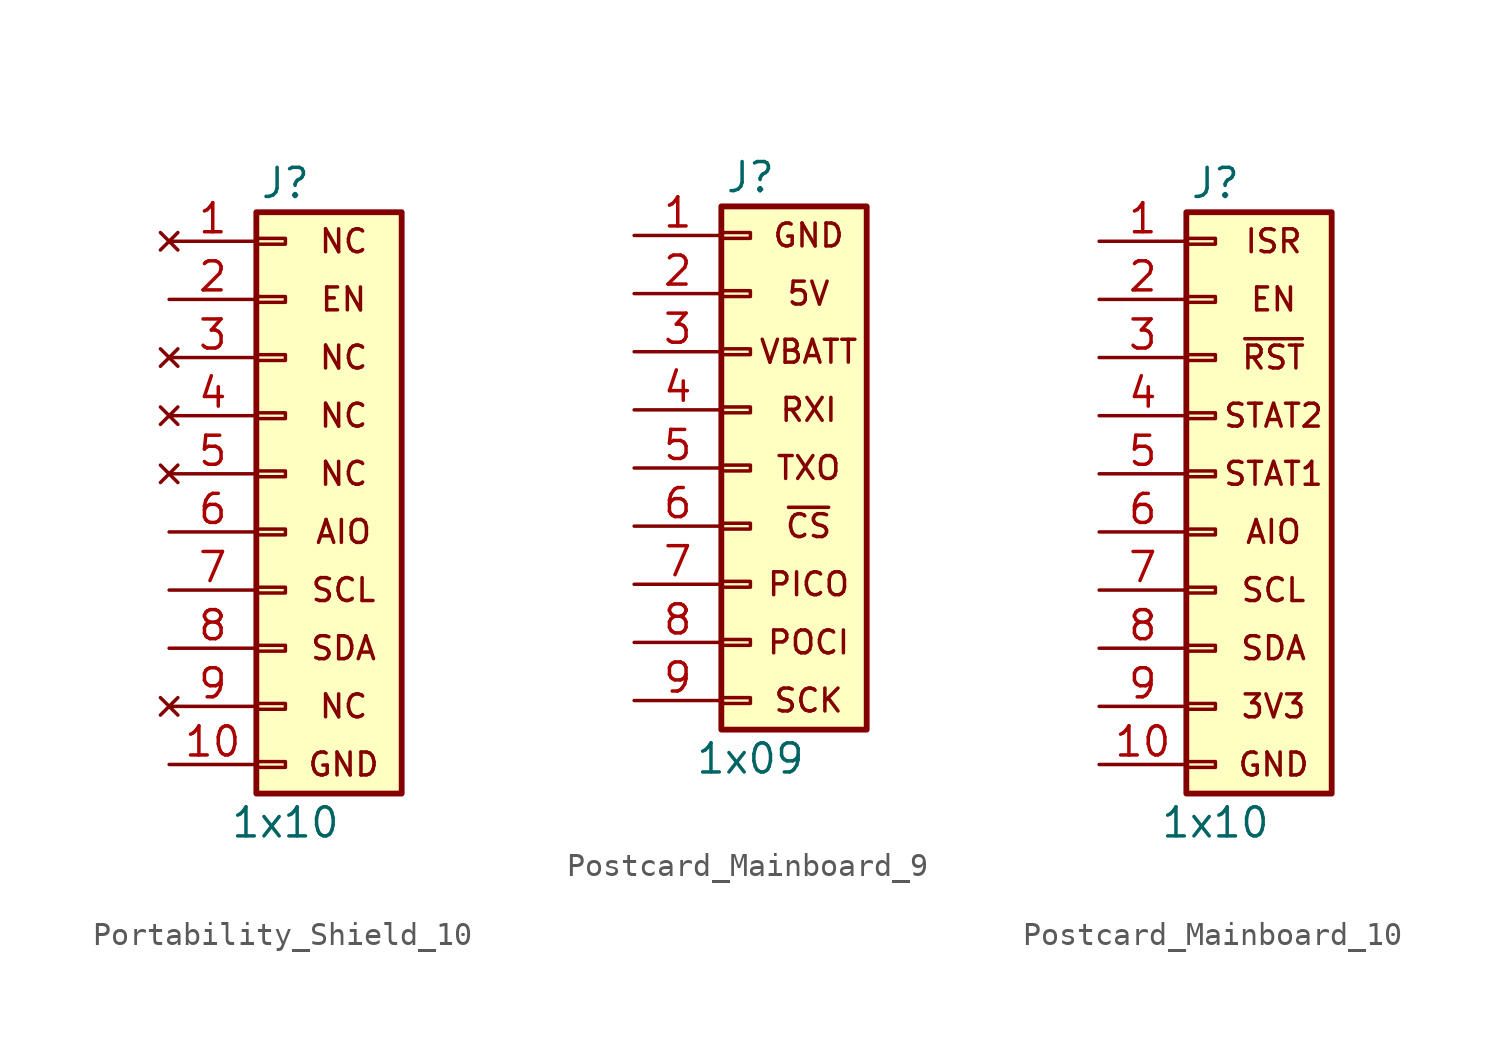
<source format=kicad_sym>
(kicad_symbol_lib
  (version 20231120)
  (generator "kicad_symbol_editor")
  (generator_version "8.0")
  (symbol "Portability_Shield_10"
    (pin_names
      (offset 1.016) hide)
    (property "Reference" "J"
      (at 0 12.7 0)
      (effects (font (size 1.27 1.27))))
    (property "Value" "1x10"
      (at 0 -15.24 0)
      (effects (font (size 1.27 1.27))))
    (symbol "Portability_Shield_10_1_1"
      (rectangle (start -1.27 -12.573) (end 0 -12.827) (stroke (width 0.152) (type default)) (fill (type none)))
      (rectangle (start -1.27 -10.033) (end 0 -10.287) (stroke (width 0.152) (type default)) (fill (type none)))
      (rectangle (start -1.27 -7.493) (end 0 -7.747) (stroke (width 0.152) (type default)) (fill (type none)))
      (rectangle (start -1.27 -4.953) (end 0 -5.207) (stroke (width 0.152) (type default)) (fill (type none)))
      (rectangle (start -1.27 -2.413) (end 0 -2.667) (stroke (width 0.152) (type default)) (fill (type none)))
      (rectangle (start -1.27 0.127) (end 0 -0.127) (stroke (width 0.152) (type default)) (fill (type none)))
      (rectangle (start -1.27 2.667) (end 0 2.413) (stroke (width 0.152) (type default)) (fill (type none)))
      (rectangle (start -1.27 5.207) (end 0 4.953) (stroke (width 0.152) (type default)) (fill (type none)))
      (rectangle (start -1.27 7.747) (end 0 7.493) (stroke (width 0.152) (type default)) (fill (type none)))
      (rectangle (start -1.27 10.287) (end 0 10.033) (stroke (width 0.152) (type default)) (fill (type none)))
      (rectangle (start -1.27 11.43) (end 5.08 -13.97) (stroke (width 0.254) (type default)) (fill (type background)))
      (text "AIO" (at 2.54 -2.54 0) (effects (font (size 1 1))))
      (text "EN" (at 2.54 7.62 0) (effects (font (size 1 1))))
      (text "GND" (at 2.54 -12.7 0) (effects (font (size 1 1))))
      (text "NC" (at 2.54 -10.16 0) (effects (font (size 1 1))))
      (text "NC" (at 2.54 0 0) (effects (font (size 1 1))))
      (text "NC" (at 2.54 2.54 0) (effects (font (size 1 1))))
      (text "NC" (at 2.54 5.08 0) (effects (font (size 1 1))))
      (text "NC" (at 2.54 10.16 0) (effects (font (size 1 1))))
      (text "SCL" (at 2.54 -5.08 0) (effects (font (size 1 1))))
      (text "SDA" (at 2.54 -7.62 0) (effects (font (size 1 1))))
      (pin no_connect line (at -5.08 10.16 0) (length 3.81) (name "Pin_1" (effects (font (size 1.27 1.27)))) (number "1" (effects (font (size 1.27 1.27)))))
      (pin power_in line (at -5.08 -12.7 0) (length 3.81) (name "Pin_10" (effects (font (size 1.27 1.27)))) (number "10" (effects (font (size 1.27 1.27)))))
      (pin input line (at -5.08 7.62 0) (length 3.81) (name "Pin_2" (effects (font (size 1.27 1.27)))) (number "2" (effects (font (size 1.27 1.27)))))
      (pin no_connect line (at -5.08 5.08 0) (length 3.81) (name "Pin_3" (effects (font (size 1.27 1.27)))) (number "3" (effects (font (size 1.27 1.27)))))
      (pin no_connect line (at -5.08 2.54 0) (length 3.81) (name "Pin_4" (effects (font (size 1.27 1.27)))) (number "4" (effects (font (size 1.27 1.27)))))
      (pin no_connect line (at -5.08 0 0) (length 3.81) (name "Pin_5" (effects (font (size 1.27 1.27)))) (number "5" (effects (font (size 1.27 1.27)))))
      (pin bidirectional line (at -5.08 -2.54 0) (length 3.81) (name "Pin_6" (effects (font (size 1.27 1.27)))) (number "6" (effects (font (size 1.27 1.27)))))
      (pin bidirectional line (at -5.08 -5.08 0) (length 3.81) (name "Pin_7" (effects (font (size 1.27 1.27)))) (number "7" (effects (font (size 1.27 1.27)))))
      (pin bidirectional line (at -5.08 -7.62 0) (length 3.81) (name "Pin_8" (effects (font (size 1.27 1.27)))) (number "8" (effects (font (size 1.27 1.27)))))
      (pin no_connect line (at -5.08 -10.16 0) (length 3.81) (name "Pin_9" (effects (font (size 1.27 1.27)))) (number "9" (effects (font (size 1.27 1.27)))))))
  (symbol "Postcard_Mainboard_9"
    (pin_names
      (offset 1.016) hide)
    (property "Reference" "J"
      (at 0 12.7 0)
      (effects (font (size 1.27 1.27))))
    (property "Value" "1x09"
      (at 0 -12.7 0)
      (effects (font (size 1.27 1.27))))
    (symbol "Postcard_Mainboard_9_1_1"
      (rectangle (start -1.27 -11.43) (end 5.08 11.43) (stroke (width 0.254) (type default)) (fill (type background)))
      (rectangle (start -1.27 -10.287) (end 0 -10.033) (stroke (width 0.152) (type default)) (fill (type none)))
      (rectangle (start -1.27 -7.747) (end 0 -7.493) (stroke (width 0.152) (type default)) (fill (type none)))
      (rectangle (start -1.27 -5.207) (end 0 -4.953) (stroke (width 0.152) (type default)) (fill (type none)))
      (rectangle (start -1.27 -2.667) (end 0 -2.413) (stroke (width 0.152) (type default)) (fill (type none)))
      (rectangle (start -1.27 -0.127) (end 0 0.127) (stroke (width 0.152) (type default)) (fill (type none)))
      (rectangle (start -1.27 2.413) (end 0 2.667) (stroke (width 0.152) (type default)) (fill (type none)))
      (rectangle (start -1.27 4.953) (end 0 5.207) (stroke (width 0.152) (type default)) (fill (type none)))
      (rectangle (start -1.27 7.493) (end 0 7.747) (stroke (width 0.152) (type default)) (fill (type none)))
      (rectangle (start -1.27 10.033) (end 0 10.287) (stroke (width 0.152) (type default)) (fill (type none)))
      (text "5V" (at 2.54 7.62 0) (effects (font (size 1 1))))
      (text "GND" (at 2.54 10.16 0) (effects (font (size 1 1))))
      (text "PICO" (at 2.54 -5.08 0) (effects (font (size 1 1))))
      (text "POCI" (at 2.54 -7.62 0) (effects (font (size 1 1))))
      (text "RXI" (at 2.54 2.54 0) (effects (font (size 1 1))))
      (text "SCK" (at 2.54 -10.16 0) (effects (font (size 1 1))))
      (text "TXO" (at 2.54 0 0) (effects (font (size 1 1))))
      (text "VBATT" (at 2.54 5.08 0) (effects (font (size 1 1))))
      (text "~{CS}" (at 2.54 -2.54 0) (effects (font (size 1 1))))
      (pin power_in line (at -5.08 10.16 0) (length 3.81) (name "1" (effects (font (size 1.27 1.27)))) (number "1" (effects (font (size 1.27 1.27)))))
      (pin power_in line (at -5.08 7.62 0) (length 3.81) (name "2" (effects (font (size 1.27 1.27)))) (number "2" (effects (font (size 1.27 1.27)))))
      (pin power_in line (at -5.08 5.08 0) (length 3.81) (name "3" (effects (font (size 1.27 1.27)))) (number "3" (effects (font (size 1.27 1.27)))))
      (pin input line (at -5.08 2.54 0) (length 3.81) (name "4" (effects (font (size 1.27 1.27)))) (number "4" (effects (font (size 1.27 1.27)))))
      (pin output line (at -5.08 0 0) (length 3.81) (name "5" (effects (font (size 1.27 1.27)))) (number "5" (effects (font (size 1.27 1.27)))))
      (pin input line (at -5.08 -2.54 0) (length 3.81) (name "6" (effects (font (size 1.27 1.27)))) (number "6" (effects (font (size 1.27 1.27)))))
      (pin input line (at -5.08 -5.08 0) (length 3.81) (name "7" (effects (font (size 1.27 1.27)))) (number "7" (effects (font (size 1.27 1.27)))))
      (pin output line (at -5.08 -7.62 0) (length 3.81) (name "8" (effects (font (size 1.27 1.27)))) (number "8" (effects (font (size 1.27 1.27)))))
      (pin input line (at -5.08 -10.16 0) (length 3.81) (name "9" (effects (font (size 1.27 1.27)))) (number "9" (effects (font (size 1.27 1.27)))))))
  (symbol "Postcard_Mainboard_10"
    (pin_names
      (offset 1.016) hide)
    (property "Reference" "J"
      (at 0 12.7 0)
      (effects (font (size 1.27 1.27))))
    (property "Value" "1x10"
      (at 0 -15.24 0)
      (effects (font (size 1.27 1.27))))
    (symbol "Postcard_Mainboard_10_1_1"
      (rectangle (start -1.27 -12.573) (end 0 -12.827) (stroke (width 0.152) (type default)) (fill (type none)))
      (rectangle (start -1.27 -10.033) (end 0 -10.287) (stroke (width 0.152) (type default)) (fill (type none)))
      (rectangle (start -1.27 -7.493) (end 0 -7.747) (stroke (width 0.152) (type default)) (fill (type none)))
      (rectangle (start -1.27 -4.953) (end 0 -5.207) (stroke (width 0.152) (type default)) (fill (type none)))
      (rectangle (start -1.27 -2.413) (end 0 -2.667) (stroke (width 0.152) (type default)) (fill (type none)))
      (rectangle (start -1.27 0.127) (end 0 -0.127) (stroke (width 0.152) (type default)) (fill (type none)))
      (rectangle (start -1.27 2.667) (end 0 2.413) (stroke (width 0.152) (type default)) (fill (type none)))
      (rectangle (start -1.27 5.207) (end 0 4.953) (stroke (width 0.152) (type default)) (fill (type none)))
      (rectangle (start -1.27 7.747) (end 0 7.493) (stroke (width 0.152) (type default)) (fill (type none)))
      (rectangle (start -1.27 10.287) (end 0 10.033) (stroke (width 0.152) (type default)) (fill (type none)))
      (rectangle (start -1.27 11.43) (end 5.08 -13.97) (stroke (width 0.254) (type default)) (fill (type background)))
      (text "3V3" (at 2.54 -10.16 0) (effects (font (size 1 1))))
      (text "AIO" (at 2.54 -2.54 0) (effects (font (size 1 1))))
      (text "EN" (at 2.54 7.62 0) (effects (font (size 1 1))))
      (text "GND" (at 2.54 -12.7 0) (effects (font (size 1 1))))
      (text "ISR" (at 2.54 10.16 0) (effects (font (size 1 1))))
      (text "SCL" (at 2.54 -5.08 0) (effects (font (size 1 1))))
      (text "SDA" (at 2.54 -7.62 0) (effects (font (size 1 1))))
      (text "STAT1" (at 2.54 0 0) (effects (font (size 1 1))))
      (text "STAT2" (at 2.54 2.54 0) (effects (font (size 1 1))))
      (text "~{RST}" (at 2.54 5.08 0) (effects (font (size 1 1))))
      (pin input line (at -5.08 10.16 0) (length 3.81) (name "Pin_1" (effects (font (size 1.27 1.27)))) (number "1" (effects (font (size 1.27 1.27)))))
      (pin power_in line (at -5.08 -12.7 0) (length 3.81) (name "Pin_10" (effects (font (size 1.27 1.27)))) (number "10" (effects (font (size 1.27 1.27)))))
      (pin input line (at -5.08 7.62 0) (length 3.81) (name "Pin_2" (effects (font (size 1.27 1.27)))) (number "2" (effects (font (size 1.27 1.27)))))
      (pin input line (at -5.08 5.08 0) (length 3.81) (name "Pin_3" (effects (font (size 1.27 1.27)))) (number "3" (effects (font (size 1.27 1.27)))))
      (pin output line (at -5.08 2.54 0) (length 3.81) (name "Pin_4" (effects (font (size 1.27 1.27)))) (number "4" (effects (font (size 1.27 1.27)))))
      (pin output line (at -5.08 0 0) (length 3.81) (name "Pin_5" (effects (font (size 1.27 1.27)))) (number "5" (effects (font (size 1.27 1.27)))))
      (pin bidirectional line (at -5.08 -2.54 0) (length 3.81) (name "Pin_6" (effects (font (size 1.27 1.27)))) (number "6" (effects (font (size 1.27 1.27)))))
      (pin bidirectional line (at -5.08 -5.08 0) (length 3.81) (name "Pin_7" (effects (font (size 1.27 1.27)))) (number "7" (effects (font (size 1.27 1.27)))))
      (pin bidirectional line (at -5.08 -7.62 0) (length 3.81) (name "Pin_8" (effects (font (size 1.27 1.27)))) (number "8" (effects (font (size 1.27 1.27)))))
      (pin power_in line (at -5.08 -10.16 0) (length 3.81) (name "Pin_9" (effects (font (size 1.27 1.27)))) (number "9" (effects (font (size 1.27 1.27))))))))
</source>
